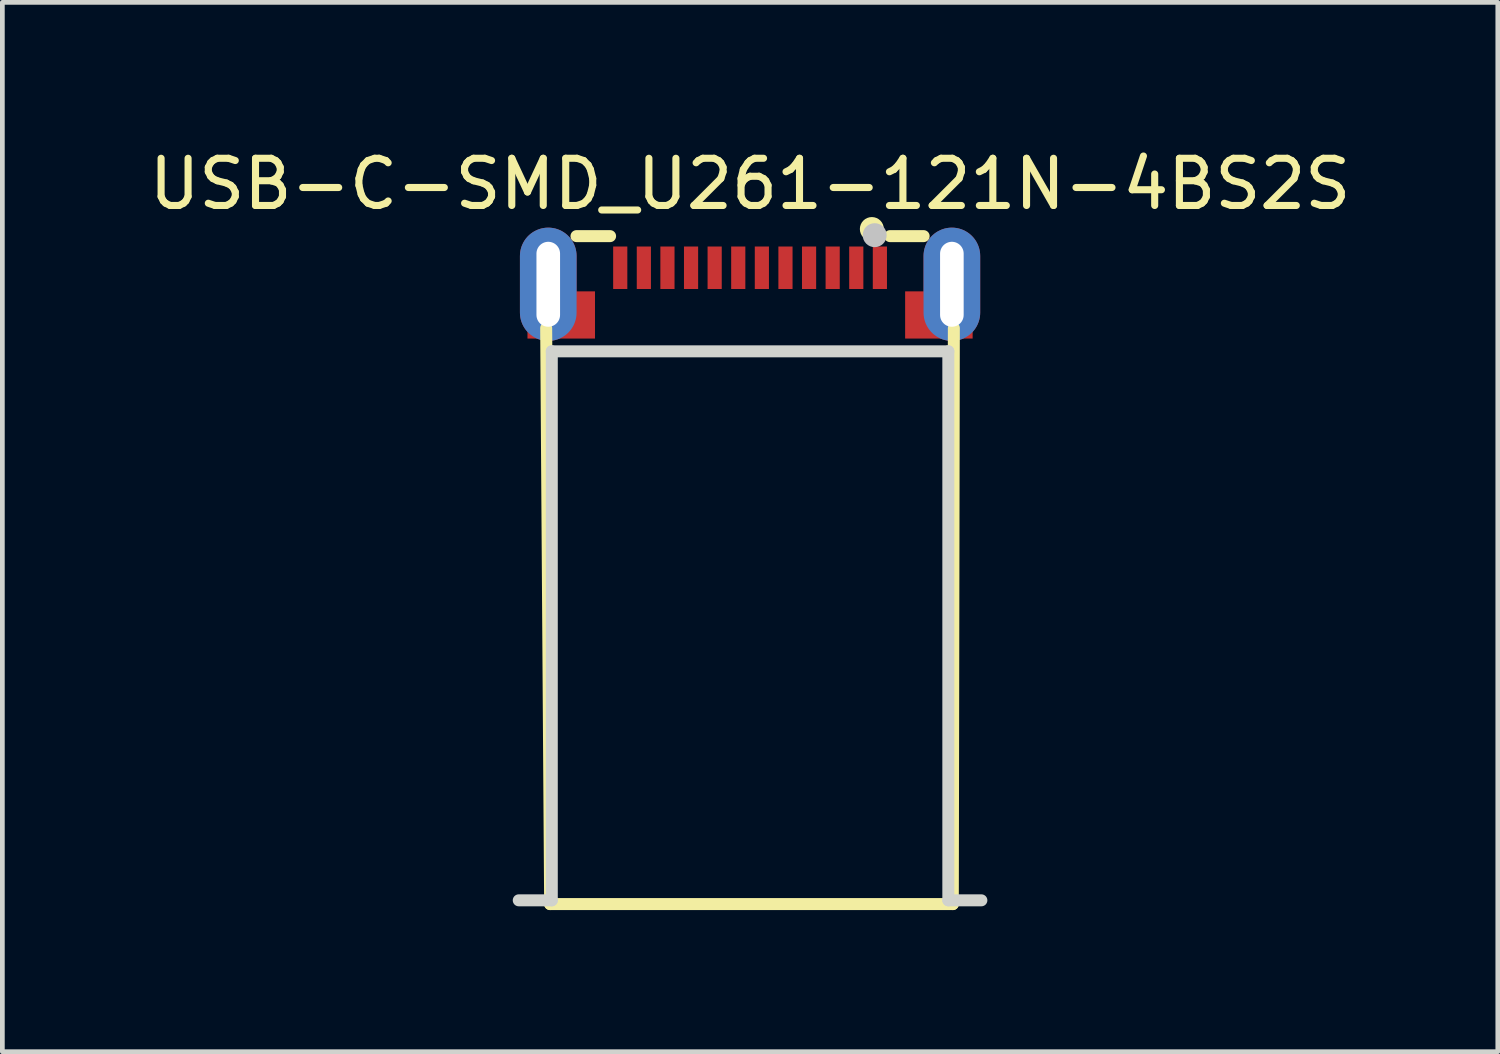
<source format=kicad_pcb>
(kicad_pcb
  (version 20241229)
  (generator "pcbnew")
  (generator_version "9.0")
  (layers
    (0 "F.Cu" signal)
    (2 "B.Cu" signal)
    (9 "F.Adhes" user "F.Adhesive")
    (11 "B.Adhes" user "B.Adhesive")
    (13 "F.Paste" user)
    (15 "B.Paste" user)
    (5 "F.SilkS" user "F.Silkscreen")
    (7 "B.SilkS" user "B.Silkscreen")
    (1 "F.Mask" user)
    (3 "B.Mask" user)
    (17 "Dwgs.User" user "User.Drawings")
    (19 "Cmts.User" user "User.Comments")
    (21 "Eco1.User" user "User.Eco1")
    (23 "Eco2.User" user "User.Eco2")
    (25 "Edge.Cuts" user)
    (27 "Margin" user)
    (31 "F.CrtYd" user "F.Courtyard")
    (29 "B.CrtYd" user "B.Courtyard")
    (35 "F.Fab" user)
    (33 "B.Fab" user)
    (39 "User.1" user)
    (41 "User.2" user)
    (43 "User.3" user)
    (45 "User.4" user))
  (footprint "USB-C-SMD_U261-121N-4BS2S"
    (layer "F.Cu")
    (at 12.839 3.122)
    (property "Reference" "USB-C-SMD_U261-121N-4BS2S" (at 0 -2.274 0) (layer "F.SilkS") (effects (font (size 1 1) (thickness 0.15))))
    (fp_line (start -4.319 0.78) (end -4.235 12.98) (stroke (width 0.254) (type default)) (layer "F.SilkS"))
    (fp_line (start -4.235 12.98) (end 4.295 12.98) (stroke (width 0.254) (type default)) (layer "F.SilkS"))
    (fp_line (start -3.677 -1.17) (end -2.965 -1.17) (stroke (width 0.254) (type default)) (layer "F.SilkS"))
    (fp_line (start 2.965 -1.17) (end 3.677 -1.17) (stroke (width 0.254) (type default)) (layer "F.SilkS"))
    (fp_line (start 4.295 12.98) (end 4.317 0.78) (stroke (width 0.254) (type default)) (layer "F.SilkS"))
    (fp_circle (center 2.58 -1.32) (end 2.707 -1.32) (stroke (width 0.254) (type default)) (fill no) (layer "F.SilkS"))
    (fp_poly (pts (xy -2.9 -0.95) (xy -2.6 -0.95) (xy -2.6 -0.05) (xy -2.9 -0.05)) (stroke (width 0) (type default)) (fill yes) (layer "F.Paste"))
    (fp_poly (pts (xy -2.4 -0.95) (xy -2.1 -0.95) (xy -2.1 -0.05) (xy -2.4 -0.05)) (stroke (width 0) (type default)) (fill yes) (layer "F.Paste"))
    (fp_poly (pts (xy -1.9 -0.95) (xy -1.6 -0.95) (xy -1.6 -0.05) (xy -1.9 -0.05)) (stroke (width 0) (type default)) (fill yes) (layer "F.Paste"))
    (fp_poly (pts (xy -1.4 -0.95) (xy -1.1 -0.95) (xy -1.1 -0.05) (xy -1.4 -0.05)) (stroke (width 0) (type default)) (fill yes) (layer "F.Paste"))
    (fp_poly (pts (xy -0.9 -0.95) (xy -0.6 -0.95) (xy -0.6 -0.05) (xy -0.9 -0.05)) (stroke (width 0) (type default)) (fill yes) (layer "F.Paste"))
    (fp_poly (pts (xy -0.4 -0.95) (xy -0.1 -0.95) (xy -0.1 -0.05) (xy -0.4 -0.05)) (stroke (width 0) (type default)) (fill yes) (layer "F.Paste"))
    (fp_poly (pts (xy 0.1 -0.95) (xy 0.4 -0.95) (xy 0.4 -0.05) (xy 0.1 -0.05)) (stroke (width 0) (type default)) (fill yes) (layer "F.Paste"))
    (fp_poly (pts (xy 0.6 -0.95) (xy 0.9 -0.95) (xy 0.9 -0.05) (xy 0.6 -0.05)) (stroke (width 0) (type default)) (fill yes) (layer "F.Paste"))
    (fp_poly (pts (xy 1.1 -0.95) (xy 1.4 -0.95) (xy 1.4 -0.05) (xy 1.1 -0.05)) (stroke (width 0) (type default)) (fill yes) (layer "F.Paste"))
    (fp_poly (pts (xy 1.6 -0.95) (xy 1.9 -0.95) (xy 1.9 -0.05) (xy 1.6 -0.05)) (stroke (width 0) (type default)) (fill yes) (layer "F.Paste"))
    (fp_poly (pts (xy 2.1 -0.95) (xy 2.4 -0.95) (xy 2.4 -0.05) (xy 2.1 -0.05)) (stroke (width 0) (type default)) (fill yes) (layer "F.Paste"))
    (fp_poly (pts (xy 2.6 -0.95) (xy 2.9 -0.95) (xy 2.9 -0.05) (xy 2.6 -0.05)) (stroke (width 0) (type default)) (fill yes) (layer "F.Paste"))
    (fp_poly (pts (xy -4.29 -1.349) (xy -4.32 -1.348) (xy -4.349 -1.345) (xy -4.379 -1.341) (xy -4.409 -1.335) (xy -4.438 -1.327) (xy -4.466 -1.319) (xy -4.494 -1.308) (xy -4.521 -1.297) (xy -4.548 -1.284) (xy -4.575 -1.27) (xy -4.601 -1.254) (xy -4.625 -1.237) (xy -4.649 -1.219) (xy -4.672 -1.2) (xy -4.694 -1.179) (xy -4.715 -1.158) (xy -4.734 -1.135) (xy -4.753 -1.112) (xy -4.771 -1.088) (xy -4.787 -1.062) (xy -4.802 -1.037) (xy -4.816 -1.01) (xy -4.828 -0.983) (xy -4.839 -0.955) (xy -4.848 -0.926) (xy -4.856 -0.898) (xy -4.863 -0.869) (xy -4.868 -0.84) (xy -4.872 -0.809) (xy -4.874 -0.78) (xy -4.875 -0.75) (xy -4.875 0.45) (xy -4.874 0.48) (xy -4.872 0.51) (xy -4.868 0.539) (xy -4.863 0.569) (xy -4.856 0.598) (xy -4.848 0.627) (xy -4.839 0.655) (xy -4.828 0.683) (xy -4.816 0.711) (xy -4.802 0.737) (xy -4.787 0.763) (xy -4.771 0.788) (xy -4.753 0.812) (xy -4.734 0.836) (xy -4.715 0.858) (xy -4.715 1) (xy -4.514 1) (xy -4.494 1.008) (xy -4.466 1.019) (xy -4.438 1.028) (xy -4.409 1.035) (xy -4.379 1.041) (xy -4.349 1.046) (xy -4.32 1.048) (xy -4.29 1.05) (xy -4.26 1.05) (xy -4.23 1.048) (xy -4.2 1.046) (xy -4.171 1.041) (xy -4.141 1.035) (xy -4.112 1.028) (xy -4.084 1.019) (xy -4.056 1.008) (xy -4.035 1) (xy -3.285 1) (xy -3.285 0) (xy -3.675 0) (xy -3.675 -0.75) (xy -3.675 -0.78) (xy -3.678 -0.809) (xy -3.682 -0.84) (xy -3.687 -0.869) (xy -3.693 -0.898) (xy -3.701 -0.926) (xy -3.711 -0.955) (xy -3.722 -0.983) (xy -3.735 -1.01) (xy -3.748 -1.037) (xy -3.763 -1.062) (xy -3.779 -1.088) (xy -3.796 -1.112) (xy -3.816 -1.135) (xy -3.835 -1.158) (xy -3.856 -1.179) (xy -3.878 -1.2) (xy -3.901 -1.219) (xy -3.925 -1.237) (xy -3.95 -1.254) (xy -3.975 -1.27) (xy -4.001 -1.284) (xy -4.028 -1.297) (xy -4.056 -1.308) (xy -4.084 -1.319) (xy -4.112 -1.327) (xy -4.141 -1.335) (xy -4.171 -1.341) (xy -4.2 -1.345) (xy -4.23 -1.348) (xy -4.26 -1.349)) (stroke (width 0) (type default)) (fill yes) (layer "F.Paste"))
    (fp_poly (pts (xy 4.26 -1.349) (xy 4.23 -1.348) (xy 4.2 -1.345) (xy 4.171 -1.341) (xy 4.141 -1.335) (xy 4.112 -1.327) (xy 4.084 -1.319) (xy 4.056 -1.308) (xy 4.028 -1.297) (xy 4.001 -1.284) (xy 3.975 -1.27) (xy 3.95 -1.254) (xy 3.925 -1.237) (xy 3.901 -1.219) (xy 3.878 -1.2) (xy 3.856 -1.179) (xy 3.835 -1.158) (xy 3.816 -1.135) (xy 3.796 -1.112) (xy 3.779 -1.088) (xy 3.763 -1.062) (xy 3.748 -1.037) (xy 3.735 -1.01) (xy 3.722 -0.983) (xy 3.711 -0.955) (xy 3.701 -0.926) (xy 3.693 -0.898) (xy 3.687 -0.869) (xy 3.682 -0.84) (xy 3.678 -0.809) (xy 3.675 -0.78) (xy 3.675 -0.75) (xy 3.675 0) (xy 3.285 0) (xy 3.285 1) (xy 4.035 1) (xy 4.056 1.008) (xy 4.084 1.019) (xy 4.112 1.028) (xy 4.141 1.035) (xy 4.171 1.041) (xy 4.2 1.046) (xy 4.23 1.048) (xy 4.26 1.05) (xy 4.29 1.05) (xy 4.32 1.048) (xy 4.349 1.046) (xy 4.379 1.041) (xy 4.409 1.035) (xy 4.438 1.028) (xy 4.466 1.019) (xy 4.494 1.008) (xy 4.514 1) (xy 4.715 1) (xy 4.715 0.858) (xy 4.734 0.836) (xy 4.753 0.812) (xy 4.771 0.788) (xy 4.787 0.763) (xy 4.802 0.737) (xy 4.816 0.711) (xy 4.828 0.683) (xy 4.839 0.655) (xy 4.848 0.627) (xy 4.856 0.598) (xy 4.863 0.569) (xy 4.868 0.539) (xy 4.872 0.51) (xy 4.874 0.48) (xy 4.875 0.45) (xy 4.875 -0.75) (xy 4.874 -0.78) (xy 4.872 -0.809) (xy 4.868 -0.84) (xy 4.863 -0.869) (xy 4.856 -0.898) (xy 4.848 -0.926) (xy 4.839 -0.955) (xy 4.828 -0.983) (xy 4.816 -1.01) (xy 4.802 -1.037) (xy 4.787 -1.062) (xy 4.771 -1.088) (xy 4.753 -1.112) (xy 4.734 -1.135) (xy 4.715 -1.158) (xy 4.694 -1.179) (xy 4.672 -1.2) (xy 4.649 -1.219) (xy 4.625 -1.237) (xy 4.601 -1.254) (xy 4.575 -1.27) (xy 4.548 -1.284) (xy 4.521 -1.297) (xy 4.494 -1.308) (xy 4.466 -1.319) (xy 4.438 -1.327) (xy 4.409 -1.335) (xy 4.379 -1.341) (xy 4.349 -1.345) (xy 4.32 -1.348) (xy 4.29 -1.349)) (stroke (width 0) (type default)) (fill yes) (layer "F.Paste"))
    (fp_circle (center 2.64 -1.19) (end 2.767 -1.19) (stroke (width 0.254) (type default)) (fill no) (layer "Dwgs.User"))
    (fp_line (start -4.9 12.9) (end -4.2 12.9) (stroke (width 0.254) (type default)) (layer "Edge.Cuts"))
    (fp_line (start -4.2 1.27) (end 4.2 1.27) (stroke (width 0.254) (type default)) (layer "Edge.Cuts"))
    (fp_line (start -4.2 12.9) (end -4.2 1.27) (stroke (width 0.254) (type default)) (layer "Edge.Cuts"))
    (fp_line (start 4.2 1.27) (end 4.2 12.9) (stroke (width 0.254) (type default)) (layer "Edge.Cuts"))
    (fp_line (start 4.2 12.9) (end 4.9 12.9) (stroke (width 0.254) (type default)) (layer "Edge.Cuts"))
    (fp_poly (pts (xy -4.2 0.6) (xy -4.35 0.6) (xy -4.35 -0.9) (xy -4.2 -0.9)) (stroke (width 0.1) (type default)) (fill no) (layer "User.1"))
    (fp_poly (pts (xy -4.096 0.6) (xy -4.096 -0.9) (xy -4.35 -0.9) (xy -4.35 0.6)) (stroke (width 0.1) (type default)) (fill no) (layer "User.1"))
    (fp_poly (pts (xy -3.6 0.25) (xy -3.6 0.75) (xy -4.4 0.75) (xy -4.4 0.25)) (stroke (width 0.1) (type default)) (fill no) (layer "User.1"))
    (fp_poly (pts (xy -2.85 -0.696) (xy -2.65 -0.696) (xy -2.65 -0.196) (xy -2.85 -0.196)) (stroke (width 0.1) (type default)) (fill no) (layer "User.1"))
    (fp_poly (pts (xy -2.35 -0.696) (xy -2.15 -0.696) (xy -2.15 -0.196) (xy -2.35 -0.196)) (stroke (width 0.1) (type default)) (fill no) (layer "User.1"))
    (fp_poly (pts (xy -1.85 -0.696) (xy -1.65 -0.696) (xy -1.65 -0.196) (xy -1.85 -0.196)) (stroke (width 0.1) (type default)) (fill no) (layer "User.1"))
    (fp_poly (pts (xy -1.35 -0.696) (xy -1.15 -0.696) (xy -1.15 -0.196) (xy -1.35 -0.196)) (stroke (width 0.1) (type default)) (fill no) (layer "User.1"))
    (fp_poly (pts (xy -0.85 -0.696) (xy -0.65 -0.696) (xy -0.65 -0.196) (xy -0.85 -0.196)) (stroke (width 0.1) (type default)) (fill no) (layer "User.1"))
    (fp_poly (pts (xy -0.35 -0.696) (xy -0.15 -0.696) (xy -0.15 -0.196) (xy -0.35 -0.196)) (stroke (width 0.1) (type default)) (fill no) (layer "User.1"))
    (fp_poly (pts (xy 0.15 -0.696) (xy 0.35 -0.696) (xy 0.35 -0.196) (xy 0.15 -0.196)) (stroke (width 0.1) (type default)) (fill no) (layer "User.1"))
    (fp_poly (pts (xy 0.65 -0.696) (xy 0.85 -0.696) (xy 0.85 -0.196) (xy 0.65 -0.196)) (stroke (width 0.1) (type default)) (fill no) (layer "User.1"))
    (fp_poly (pts (xy 1.15 -0.696) (xy 1.35 -0.696) (xy 1.35 -0.196) (xy 1.15 -0.196)) (stroke (width 0.1) (type default)) (fill no) (layer "User.1"))
    (fp_poly (pts (xy 1.65 -0.696) (xy 1.85 -0.696) (xy 1.85 -0.196) (xy 1.65 -0.196)) (stroke (width 0.1) (type default)) (fill no) (layer "User.1"))
    (fp_poly (pts (xy 2.15 -0.696) (xy 2.35 -0.696) (xy 2.35 -0.196) (xy 2.15 -0.196)) (stroke (width 0.1) (type default)) (fill no) (layer "User.1"))
    (fp_poly (pts (xy 2.65 -0.696) (xy 2.85 -0.696) (xy 2.85 -0.196) (xy 2.65 -0.196)) (stroke (width 0.1) (type default)) (fill no) (layer "User.1"))
    (fp_poly (pts (xy 4.096 -0.9) (xy 4.096 0.6) (xy 4.35 0.6) (xy 4.35 -0.9)) (stroke (width 0.1) (type default)) (fill no) (layer "User.1"))
    (fp_poly (pts (xy 4.2 -0.9) (xy 4.35 -0.9) (xy 4.35 0.6) (xy 4.2 0.6)) (stroke (width 0.1) (type default)) (fill no) (layer "User.1"))
    (fp_poly (pts (xy 4.4 0.25) (xy 4.4 0.75) (xy 3.6 0.75) (xy 3.6 0.25)) (stroke (width 0.1) (type default)) (fill no) (layer "User.1"))
    (fp_line (start -4.125 -0.9) (end 4.125 -0.9) (stroke (width 0.051) (type default)) (layer "User.2"))
    (fp_line (start -4.125 12.85) (end -4.125 -0.9) (stroke (width 0.051) (type default)) (layer "User.2"))
    (fp_line (start 4.125 -0.9) (end 4.125 12.85) (stroke (width 0.051) (type default)) (layer "User.2"))
    (fp_line (start 4.125 12.85) (end -4.125 12.85) (stroke (width 0.051) (type default)) (layer "User.2"))
    (fp_poly (pts (xy 4.455 -0.923) (xy 4.423 -0.955) (xy 4.377 -0.955) (xy 4.345 -0.923) (xy 4.345 -0.877) (xy 4.377 -0.845) (xy 4.423 -0.845) (xy 4.455 -0.877)) (stroke (width 0.1) (type default)) (fill no) (layer "User.3"))
    (pad "25" thru_hole oval (at -4.275 -0.15) (size 1.2 2.4) (drill oval 0.5 1.8) (layers "*.Cu" "*.Mask"))
    (pad "25" smd rect (at -4 0.5 90) (size 1 1.43) (layers "F.Cu" "F.Mask" "F.Paste"))
    (pad "26" smd rect (at 4 0.5 90) (size 1 1.43) (layers "F.Cu" "F.Mask" "F.Paste"))
    (pad "26" thru_hole oval (at 4.275 -0.15) (size 1.2 2.4) (drill oval 0.5 1.8) (layers "*.Cu" "*.Mask"))
    (pad "A1" smd rect (at 2.75 -0.5) (size 0.3 0.9) (layers "F.Cu" "F.Mask" "F.Paste"))
    (pad "A2" smd rect (at 2.25 -0.5) (size 0.3 0.9) (layers "F.Cu" "F.Mask" "F.Paste"))
    (pad "A3" smd rect (at 1.75 -0.5) (size 0.3 0.9) (layers "F.Cu" "F.Mask" "F.Paste"))
    (pad "A4" smd rect (at 1.25 -0.5) (size 0.3 0.9) (layers "F.Cu" "F.Mask" "F.Paste"))
    (pad "A5" smd rect (at -1.25 -0.5) (size 0.3 0.9) (layers "F.Cu" "F.Mask" "F.Paste"))
    (pad "A6" smd rect (at -1.75 -0.5) (size 0.3 0.9) (layers "F.Cu" "F.Mask" "F.Paste"))
    (pad "A7" smd rect (at -2.25 -0.5) (size 0.3 0.9) (layers "F.Cu" "F.Mask" "F.Paste"))
    (pad "A12" smd rect (at -2.75 -0.5) (size 0.3 0.9) (layers "F.Cu" "F.Mask" "F.Paste"))
    (pad "B9" smd rect (at -0.75 -0.5) (size 0.3 0.9) (layers "F.Cu" "F.Mask" "F.Paste"))
    (pad "B10" smd rect (at -0.25 -0.5) (size 0.3 0.9) (layers "F.Cu" "F.Mask" "F.Paste"))
    (pad "B11" smd rect (at 0.25 -0.5) (size 0.3 0.9) (layers "F.Cu" "F.Mask" "F.Paste"))
    (pad "B12" smd rect (at 0.75 -0.5) (size 0.3 0.9) (layers "F.Cu" "F.Mask" "F.Paste")))
  (gr_rect
    (start -3 -3)
    (end 28.679 19.229)
    (stroke (width 0.1) (type default))
    (fill no)
    (layer "Edge.Cuts")))
</source>
